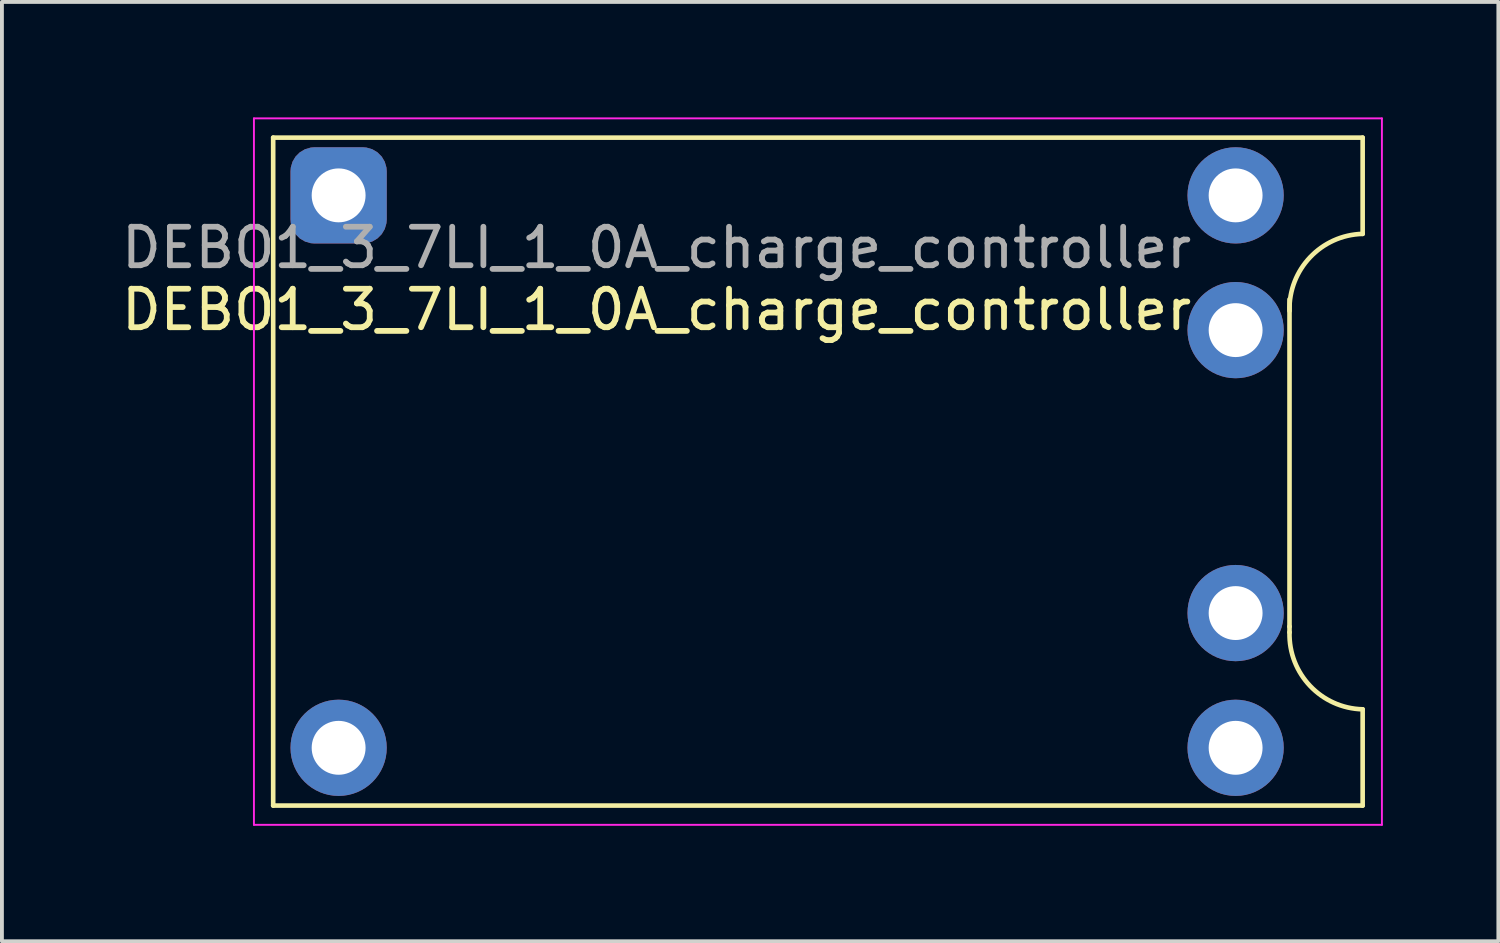
<source format=kicad_pcb>
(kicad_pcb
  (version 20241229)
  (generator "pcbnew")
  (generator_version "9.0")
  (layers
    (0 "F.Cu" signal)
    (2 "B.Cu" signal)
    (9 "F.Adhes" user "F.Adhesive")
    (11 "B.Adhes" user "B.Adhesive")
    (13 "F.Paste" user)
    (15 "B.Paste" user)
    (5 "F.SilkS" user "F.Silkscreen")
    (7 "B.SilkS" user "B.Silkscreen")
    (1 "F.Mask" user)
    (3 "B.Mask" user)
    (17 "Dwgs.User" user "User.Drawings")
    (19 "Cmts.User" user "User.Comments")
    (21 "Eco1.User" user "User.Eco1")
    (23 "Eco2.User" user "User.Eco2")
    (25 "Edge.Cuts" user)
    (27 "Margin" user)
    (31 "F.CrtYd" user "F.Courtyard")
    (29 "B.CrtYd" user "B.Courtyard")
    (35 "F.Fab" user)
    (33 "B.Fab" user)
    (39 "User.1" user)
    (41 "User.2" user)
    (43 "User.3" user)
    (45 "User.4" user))
  (footprint "DEBO1_3_7LI_1_0A_charge_controller"
    (layer "F.Cu")
    (at 4.046 7.525)
    (property "Reference" "DEBO1_3_7LI_1_0A_charge_controller" (at 9.96 -2.53 0) (layer "F.SilkS") (effects (font (size 1 1) (thickness 0.15))))
    (attr through_hole)
    (fp_line (start 0 -7) (end 0 10.35) (stroke (width 0.12) (type solid)) (layer "F.SilkS"))
    (fp_line (start 0 -7) (end 28.3 -7) (stroke (width 0.12) (type solid)) (layer "F.SilkS"))
    (fp_line (start 0 10.35) (end 28.3 10.35) (stroke (width 0.12) (type solid)) (layer "F.SilkS"))
    (fp_line (start 26.4 -2.8) (end 26.4 5.7) (stroke (width 0.12) (type solid)) (layer "F.SilkS"))
    (fp_line (start 26.4 5.7) (end 26.4 5.85) (stroke (width 0.12) (type solid)) (layer "F.SilkS"))
    (fp_line (start 28.3 -7) (end 28.3 -4.5) (stroke (width 0.12) (type solid)) (layer "F.SilkS"))
    (fp_line (start 28.3 7.85) (end 28.3 10.35) (stroke (width 0.12) (type solid)) (layer "F.SilkS"))
    (fp_arc (start 26.4 -2.5) (mid 26.935786 -3.893503) (end 28.3 -4.5) (stroke (width 0.12) (type solid)) (layer "F.SilkS"))
    (fp_arc (start 28.3 7.85) (mid 26.935786 7.243503) (end 26.4 5.85) (stroke (width 0.12) (type solid)) (layer "F.SilkS"))
    (fp_line (start -0.5 10.85) (end -0.5 -7.5) (stroke (width 0.05) (type solid)) (layer "F.CrtYd"))
    (fp_line (start -0.5 10.85) (end 28.8 10.85) (stroke (width 0.05) (type solid)) (layer "F.CrtYd"))
    (fp_line (start 28.8 -7.5) (end -0.5 -7.5) (stroke (width 0.05) (type solid)) (layer "F.CrtYd"))
    (fp_line (start 28.8 -7.5) (end 28.8 10.85) (stroke (width 0.05) (type solid)) (layer "F.CrtYd"))
    (fp_text user "${REFERENCE}" (at 9.96 -4.14 0) (layer "F.Fab") (effects (font (size 1 1) (thickness 0.15))))
    (pad "1" thru_hole circle (at 25 -5.5) (size 2.5 2.5) (drill 1.4) (layers "*.Cu" "*.Mask"))
    (pad "2" thru_hole circle (at 25 -2) (size 2.5 2.5) (drill 1.4) (layers "*.Cu" "*.Mask"))
    (pad "3" thru_hole circle (at 25 5.35) (size 2.5 2.5) (drill 1.4) (layers "*.Cu" "*.Mask"))
    (pad "4" thru_hole circle (at 25 8.85) (size 2.5 2.5) (drill 1.4) (layers "*.Cu" "*.Mask"))
    (pad "5" thru_hole roundrect (at 1.7 -5.5) (size 2.5 2.5) (drill 1.4) (layers "*.Cu" "*.Mask") (roundrect_rratio 0.25))
    (pad "6" thru_hole circle (at 1.7 8.85) (size 2.5 2.5) (drill 1.4) (layers "*.Cu" "*.Mask")))
  (gr_rect
    (start -3 -3)
    (end 35.871 21.4)
    (stroke (width 0.1) (type default))
    (fill no)
    (layer "Edge.Cuts")))
</source>
